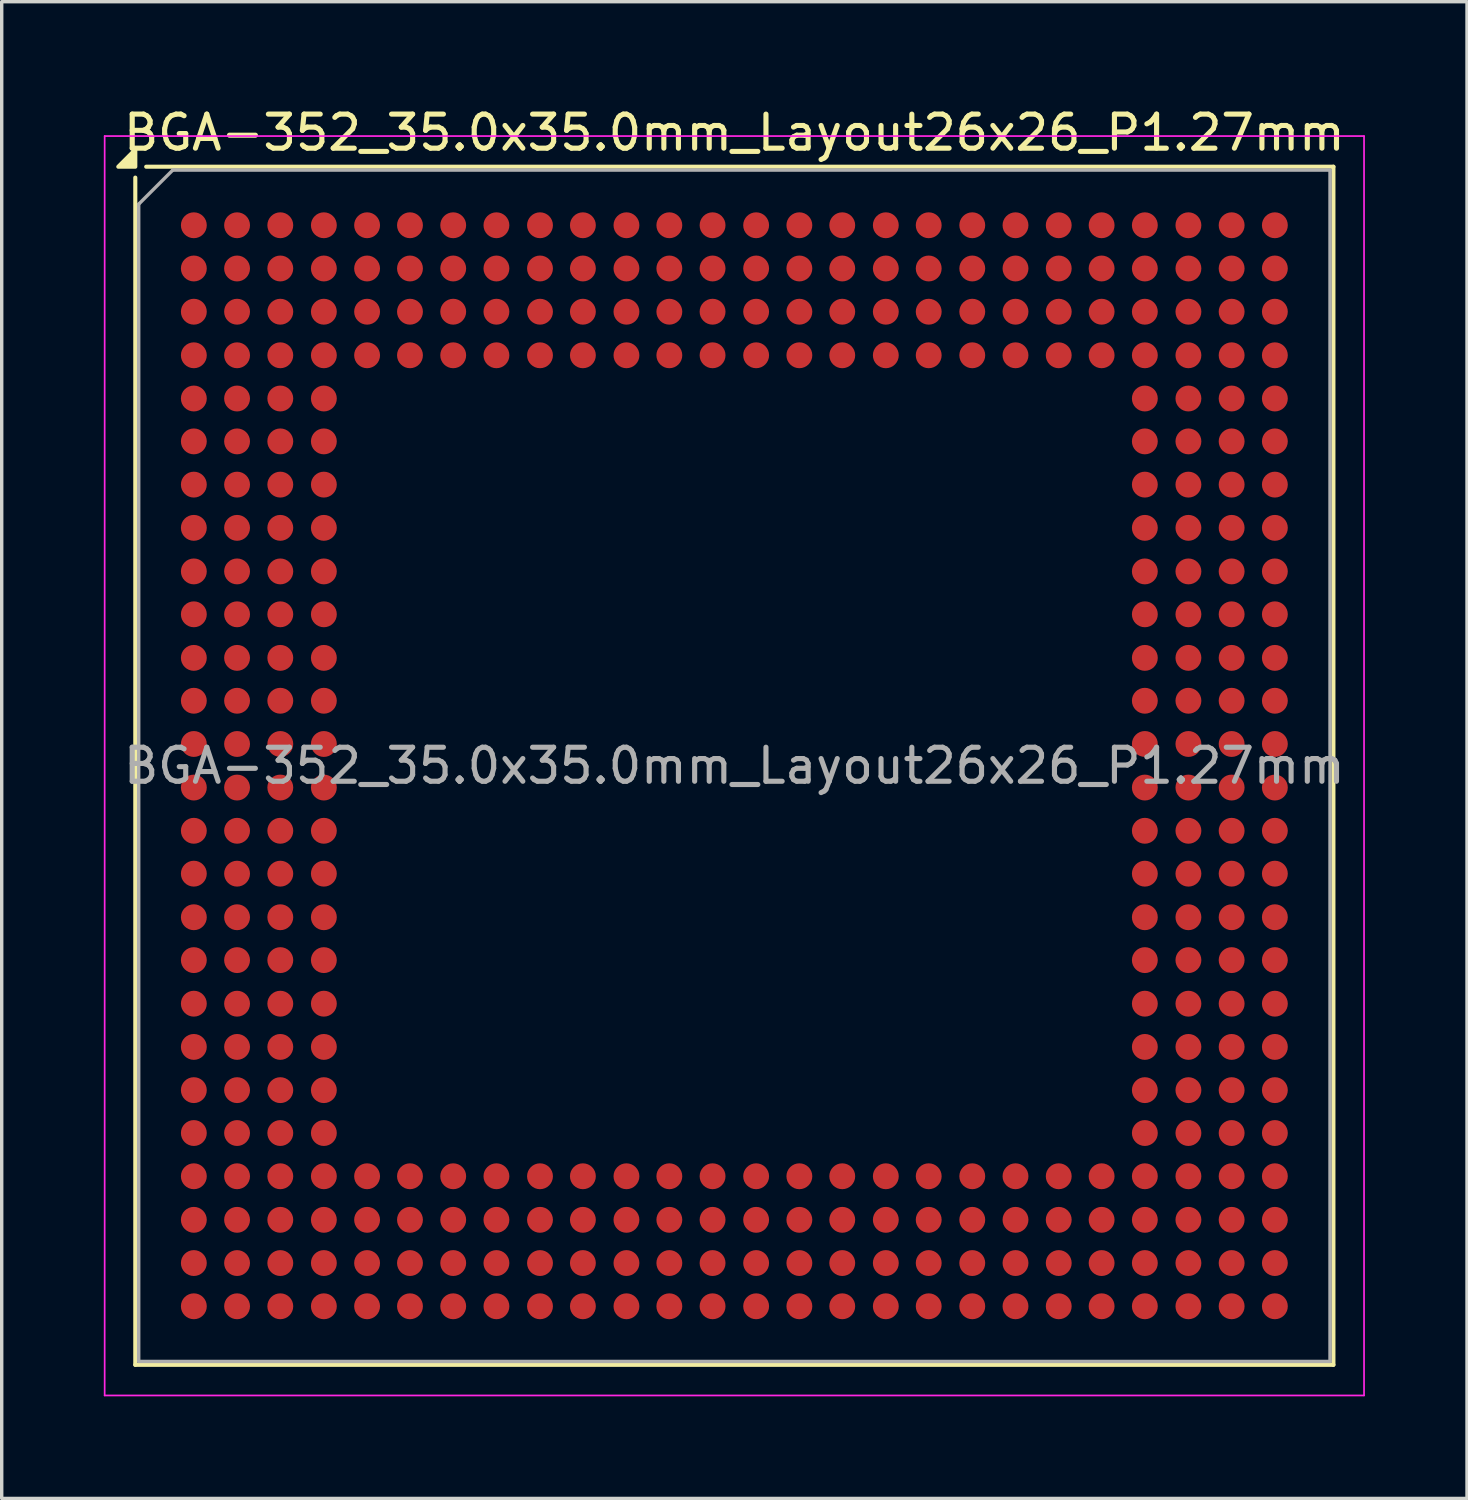
<source format=kicad_pcb>
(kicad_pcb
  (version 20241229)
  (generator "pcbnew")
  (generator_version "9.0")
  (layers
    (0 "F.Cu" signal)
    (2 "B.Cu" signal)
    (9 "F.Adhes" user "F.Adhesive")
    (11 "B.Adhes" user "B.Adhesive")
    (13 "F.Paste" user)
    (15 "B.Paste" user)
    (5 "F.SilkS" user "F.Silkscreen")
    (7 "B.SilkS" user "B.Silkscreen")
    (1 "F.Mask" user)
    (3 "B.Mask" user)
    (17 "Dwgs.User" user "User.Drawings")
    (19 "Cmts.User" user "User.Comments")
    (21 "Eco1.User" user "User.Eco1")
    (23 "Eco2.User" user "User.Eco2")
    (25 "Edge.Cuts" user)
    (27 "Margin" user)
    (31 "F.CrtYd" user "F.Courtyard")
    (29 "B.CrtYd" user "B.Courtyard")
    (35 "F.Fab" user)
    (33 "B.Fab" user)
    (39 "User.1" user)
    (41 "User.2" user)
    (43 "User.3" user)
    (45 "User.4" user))
  (footprint "BGA-352_35.0x35.0mm_Layout26x26_P1.27mm"
    (layer "F.Cu")
    (at 18.525 19.448)
    (property "Reference" "BGA-352_35.0x35.0mm_Layout26x26_P1.27mm" (at 0 -18.6 0) (layer "F.SilkS") (effects (font (size 1 1) (thickness 0.15))))
    (attr smd)
    (fp_line (start -17.6 17.6) (end -17.6 -17.28) (stroke (width 0.12) (type solid)) (layer "F.SilkS"))
    (fp_line (start -17.28 -17.6) (end 17.6 -17.6) (stroke (width 0.12) (type solid)) (layer "F.SilkS"))
    (fp_line (start 17.6 -17.6) (end 17.6 17.6) (stroke (width 0.12) (type solid)) (layer "F.SilkS"))
    (fp_line (start 17.6 17.6) (end -17.6 17.6) (stroke (width 0.12) (type solid)) (layer "F.SilkS"))
    (fp_poly (pts (xy -17.6 -17.6) (xy -18.1 -17.6) (xy -17.6 -18.1) (xy -17.6 -17.6)) (stroke (width 0.12) (type solid)) (fill yes) (layer "F.SilkS"))
    (fp_line (start -18.5 -18.5) (end -18.5 18.5) (stroke (width 0.05) (type solid)) (layer "F.CrtYd"))
    (fp_line (start -18.5 -18.5) (end 18.5 -18.5) (stroke (width 0.05) (type solid)) (layer "F.CrtYd"))
    (fp_line (start 18.5 18.5) (end -18.5 18.5) (stroke (width 0.05) (type solid)) (layer "F.CrtYd"))
    (fp_line (start 18.5 18.5) (end 18.5 -18.5) (stroke (width 0.05) (type solid)) (layer "F.CrtYd"))
    (fp_line (start -17.5 -16.5) (end -17.5 17.5) (stroke (width 0.1) (type solid)) (layer "F.Fab"))
    (fp_line (start -17.5 17.5) (end 17.5 17.5) (stroke (width 0.1) (type solid)) (layer "F.Fab"))
    (fp_line (start -16.5 -17.5) (end -17.5 -16.5) (stroke (width 0.1) (type solid)) (layer "F.Fab"))
    (fp_line (start 17.5 -17.5) (end -16.5 -17.5) (stroke (width 0.1) (type solid)) (layer "F.Fab"))
    (fp_line (start 17.5 17.5) (end 17.5 -17.5) (stroke (width 0.1) (type solid)) (layer "F.Fab"))
    (fp_text user "${REFERENCE}" (at 0 0 0) (layer "F.Fab") (effects (font (size 1 1) (thickness 0.15))))
    (pad "A1" smd circle (at -15.88 -15.88) (size 0.76 0.76) (property pad_prop_bga) (layers "F.Cu" "F.Mask" "F.Paste"))
    (pad "A2" smd circle (at -14.61 -15.88) (size 0.76 0.76) (property pad_prop_bga) (layers "F.Cu" "F.Mask" "F.Paste"))
    (pad "A3" smd circle (at -13.34 -15.88) (size 0.76 0.76) (property pad_prop_bga) (layers "F.Cu" "F.Mask" "F.Paste"))
    (pad "A4" smd circle (at -12.06 -15.88) (size 0.76 0.76) (property pad_prop_bga) (layers "F.Cu" "F.Mask" "F.Paste"))
    (pad "A5" smd circle (at -10.79 -15.88) (size 0.76 0.76) (property pad_prop_bga) (layers "F.Cu" "F.Mask" "F.Paste"))
    (pad "A6" smd circle (at -9.53 -15.88) (size 0.76 0.76) (property pad_prop_bga) (layers "F.Cu" "F.Mask" "F.Paste"))
    (pad "A7" smd circle (at -8.26 -15.88) (size 0.76 0.76) (property pad_prop_bga) (layers "F.Cu" "F.Mask" "F.Paste"))
    (pad "A8" smd circle (at -6.99 -15.88) (size 0.76 0.76) (property pad_prop_bga) (layers "F.Cu" "F.Mask" "F.Paste"))
    (pad "A9" smd circle (at -5.71 -15.88) (size 0.76 0.76) (property pad_prop_bga) (layers "F.Cu" "F.Mask" "F.Paste"))
    (pad "A10" smd circle (at -4.45 -15.88) (size 0.76 0.76) (property pad_prop_bga) (layers "F.Cu" "F.Mask" "F.Paste"))
    (pad "A11" smd circle (at -3.17 -15.88) (size 0.76 0.76) (property pad_prop_bga) (layers "F.Cu" "F.Mask" "F.Paste"))
    (pad "A12" smd circle (at -1.91 -15.88) (size 0.76 0.76) (property pad_prop_bga) (layers "F.Cu" "F.Mask" "F.Paste"))
    (pad "A13" smd circle (at -0.64 -15.88) (size 0.76 0.76) (property pad_prop_bga) (layers "F.Cu" "F.Mask" "F.Paste"))
    (pad "A14" smd circle (at 0.64 -15.88) (size 0.76 0.76) (property pad_prop_bga) (layers "F.Cu" "F.Mask" "F.Paste"))
    (pad "A15" smd circle (at 1.91 -15.88) (size 0.76 0.76) (property pad_prop_bga) (layers "F.Cu" "F.Mask" "F.Paste"))
    (pad "A16" smd circle (at 3.17 -15.88) (size 0.76 0.76) (property pad_prop_bga) (layers "F.Cu" "F.Mask" "F.Paste"))
    (pad "A17" smd circle (at 4.45 -15.88) (size 0.76 0.76) (property pad_prop_bga) (layers "F.Cu" "F.Mask" "F.Paste"))
    (pad "A18" smd circle (at 5.71 -15.88) (size 0.76 0.76) (property pad_prop_bga) (layers "F.Cu" "F.Mask" "F.Paste"))
    (pad "A19" smd circle (at 6.99 -15.88) (size 0.76 0.76) (property pad_prop_bga) (layers "F.Cu" "F.Mask" "F.Paste"))
    (pad "A20" smd circle (at 8.26 -15.88) (size 0.76 0.76) (property pad_prop_bga) (layers "F.Cu" "F.Mask" "F.Paste"))
    (pad "A21" smd circle (at 9.53 -15.88) (size 0.76 0.76) (property pad_prop_bga) (layers "F.Cu" "F.Mask" "F.Paste"))
    (pad "A22" smd circle (at 10.79 -15.88) (size 0.76 0.76) (property pad_prop_bga) (layers "F.Cu" "F.Mask" "F.Paste"))
    (pad "A23" smd circle (at 12.06 -15.88) (size 0.76 0.76) (property pad_prop_bga) (layers "F.Cu" "F.Mask" "F.Paste"))
    (pad "A24" smd circle (at 13.34 -15.88) (size 0.76 0.76) (property pad_prop_bga) (layers "F.Cu" "F.Mask" "F.Paste"))
    (pad "A25" smd circle (at 14.61 -15.88) (size 0.76 0.76) (property pad_prop_bga) (layers "F.Cu" "F.Mask" "F.Paste"))
    (pad "A26" smd circle (at 15.88 -15.88) (size 0.76 0.76) (property pad_prop_bga) (layers "F.Cu" "F.Mask" "F.Paste"))
    (pad "AA1" smd circle (at -15.88 9.53) (size 0.76 0.76) (property pad_prop_bga) (layers "F.Cu" "F.Mask" "F.Paste"))
    (pad "AA2" smd circle (at -14.61 9.53) (size 0.76 0.76) (property pad_prop_bga) (layers "F.Cu" "F.Mask" "F.Paste"))
    (pad "AA3" smd circle (at -13.34 9.53) (size 0.76 0.76) (property pad_prop_bga) (layers "F.Cu" "F.Mask" "F.Paste"))
    (pad "AA4" smd circle (at -12.06 9.53) (size 0.76 0.76) (property pad_prop_bga) (layers "F.Cu" "F.Mask" "F.Paste"))
    (pad "AA23" smd circle (at 12.06 9.53) (size 0.76 0.76) (property pad_prop_bga) (layers "F.Cu" "F.Mask" "F.Paste"))
    (pad "AA24" smd circle (at 13.34 9.53) (size 0.76 0.76) (property pad_prop_bga) (layers "F.Cu" "F.Mask" "F.Paste"))
    (pad "AA25" smd circle (at 14.61 9.53) (size 0.76 0.76) (property pad_prop_bga) (layers "F.Cu" "F.Mask" "F.Paste"))
    (pad "AA26" smd circle (at 15.88 9.53) (size 0.76 0.76) (property pad_prop_bga) (layers "F.Cu" "F.Mask" "F.Paste"))
    (pad "AB1" smd circle (at -15.88 10.79) (size 0.76 0.76) (property pad_prop_bga) (layers "F.Cu" "F.Mask" "F.Paste"))
    (pad "AB2" smd circle (at -14.61 10.79) (size 0.76 0.76) (property pad_prop_bga) (layers "F.Cu" "F.Mask" "F.Paste"))
    (pad "AB3" smd circle (at -13.34 10.79) (size 0.76 0.76) (property pad_prop_bga) (layers "F.Cu" "F.Mask" "F.Paste"))
    (pad "AB4" smd circle (at -12.06 10.79) (size 0.76 0.76) (property pad_prop_bga) (layers "F.Cu" "F.Mask" "F.Paste"))
    (pad "AB23" smd circle (at 12.06 10.79) (size 0.76 0.76) (property pad_prop_bga) (layers "F.Cu" "F.Mask" "F.Paste"))
    (pad "AB24" smd circle (at 13.34 10.79) (size 0.76 0.76) (property pad_prop_bga) (layers "F.Cu" "F.Mask" "F.Paste"))
    (pad "AB25" smd circle (at 14.61 10.79) (size 0.76 0.76) (property pad_prop_bga) (layers "F.Cu" "F.Mask" "F.Paste"))
    (pad "AB26" smd circle (at 15.88 10.79) (size 0.76 0.76) (property pad_prop_bga) (layers "F.Cu" "F.Mask" "F.Paste"))
    (pad "AC1" smd circle (at -15.88 12.06) (size 0.76 0.76) (property pad_prop_bga) (layers "F.Cu" "F.Mask" "F.Paste"))
    (pad "AC2" smd circle (at -14.61 12.06) (size 0.76 0.76) (property pad_prop_bga) (layers "F.Cu" "F.Mask" "F.Paste"))
    (pad "AC3" smd circle (at -13.34 12.06) (size 0.76 0.76) (property pad_prop_bga) (layers "F.Cu" "F.Mask" "F.Paste"))
    (pad "AC4" smd circle (at -12.06 12.06) (size 0.76 0.76) (property pad_prop_bga) (layers "F.Cu" "F.Mask" "F.Paste"))
    (pad "AC5" smd circle (at -10.79 12.06) (size 0.76 0.76) (property pad_prop_bga) (layers "F.Cu" "F.Mask" "F.Paste"))
    (pad "AC6" smd circle (at -9.53 12.06) (size 0.76 0.76) (property pad_prop_bga) (layers "F.Cu" "F.Mask" "F.Paste"))
    (pad "AC7" smd circle (at -8.26 12.06) (size 0.76 0.76) (property pad_prop_bga) (layers "F.Cu" "F.Mask" "F.Paste"))
    (pad "AC8" smd circle (at -6.99 12.06) (size 0.76 0.76) (property pad_prop_bga) (layers "F.Cu" "F.Mask" "F.Paste"))
    (pad "AC9" smd circle (at -5.71 12.06) (size 0.76 0.76) (property pad_prop_bga) (layers "F.Cu" "F.Mask" "F.Paste"))
    (pad "AC10" smd circle (at -4.45 12.06) (size 0.76 0.76) (property pad_prop_bga) (layers "F.Cu" "F.Mask" "F.Paste"))
    (pad "AC11" smd circle (at -3.17 12.06) (size 0.76 0.76) (property pad_prop_bga) (layers "F.Cu" "F.Mask" "F.Paste"))
    (pad "AC12" smd circle (at -1.91 12.06) (size 0.76 0.76) (property pad_prop_bga) (layers "F.Cu" "F.Mask" "F.Paste"))
    (pad "AC13" smd circle (at -0.64 12.06) (size 0.76 0.76) (property pad_prop_bga) (layers "F.Cu" "F.Mask" "F.Paste"))
    (pad "AC14" smd circle (at 0.64 12.06) (size 0.76 0.76) (property pad_prop_bga) (layers "F.Cu" "F.Mask" "F.Paste"))
    (pad "AC15" smd circle (at 1.91 12.06) (size 0.76 0.76) (property pad_prop_bga) (layers "F.Cu" "F.Mask" "F.Paste"))
    (pad "AC16" smd circle (at 3.17 12.06) (size 0.76 0.76) (property pad_prop_bga) (layers "F.Cu" "F.Mask" "F.Paste"))
    (pad "AC17" smd circle (at 4.45 12.06) (size 0.76 0.76) (property pad_prop_bga) (layers "F.Cu" "F.Mask" "F.Paste"))
    (pad "AC18" smd circle (at 5.71 12.06) (size 0.76 0.76) (property pad_prop_bga) (layers "F.Cu" "F.Mask" "F.Paste"))
    (pad "AC19" smd circle (at 6.99 12.06) (size 0.76 0.76) (property pad_prop_bga) (layers "F.Cu" "F.Mask" "F.Paste"))
    (pad "AC20" smd circle (at 8.26 12.06) (size 0.76 0.76) (property pad_prop_bga) (layers "F.Cu" "F.Mask" "F.Paste"))
    (pad "AC21" smd circle (at 9.53 12.06) (size 0.76 0.76) (property pad_prop_bga) (layers "F.Cu" "F.Mask" "F.Paste"))
    (pad "AC22" smd circle (at 10.79 12.06) (size 0.76 0.76) (property pad_prop_bga) (layers "F.Cu" "F.Mask" "F.Paste"))
    (pad "AC23" smd circle (at 12.06 12.06) (size 0.76 0.76) (property pad_prop_bga) (layers "F.Cu" "F.Mask" "F.Paste"))
    (pad "AC24" smd circle (at 13.34 12.06) (size 0.76 0.76) (property pad_prop_bga) (layers "F.Cu" "F.Mask" "F.Paste"))
    (pad "AC25" smd circle (at 14.61 12.06) (size 0.76 0.76) (property pad_prop_bga) (layers "F.Cu" "F.Mask" "F.Paste"))
    (pad "AC26" smd circle (at 15.88 12.06) (size 0.76 0.76) (property pad_prop_bga) (layers "F.Cu" "F.Mask" "F.Paste"))
    (pad "AD1" smd circle (at -15.88 13.34) (size 0.76 0.76) (property pad_prop_bga) (layers "F.Cu" "F.Mask" "F.Paste"))
    (pad "AD2" smd circle (at -14.61 13.34) (size 0.76 0.76) (property pad_prop_bga) (layers "F.Cu" "F.Mask" "F.Paste"))
    (pad "AD3" smd circle (at -13.34 13.34) (size 0.76 0.76) (property pad_prop_bga) (layers "F.Cu" "F.Mask" "F.Paste"))
    (pad "AD4" smd circle (at -12.06 13.34) (size 0.76 0.76) (property pad_prop_bga) (layers "F.Cu" "F.Mask" "F.Paste"))
    (pad "AD5" smd circle (at -10.79 13.34) (size 0.76 0.76) (property pad_prop_bga) (layers "F.Cu" "F.Mask" "F.Paste"))
    (pad "AD6" smd circle (at -9.53 13.34) (size 0.76 0.76) (property pad_prop_bga) (layers "F.Cu" "F.Mask" "F.Paste"))
    (pad "AD7" smd circle (at -8.26 13.34) (size 0.76 0.76) (property pad_prop_bga) (layers "F.Cu" "F.Mask" "F.Paste"))
    (pad "AD8" smd circle (at -6.99 13.34) (size 0.76 0.76) (property pad_prop_bga) (layers "F.Cu" "F.Mask" "F.Paste"))
    (pad "AD9" smd circle (at -5.71 13.34) (size 0.76 0.76) (property pad_prop_bga) (layers "F.Cu" "F.Mask" "F.Paste"))
    (pad "AD10" smd circle (at -4.45 13.34) (size 0.76 0.76) (property pad_prop_bga) (layers "F.Cu" "F.Mask" "F.Paste"))
    (pad "AD11" smd circle (at -3.17 13.34) (size 0.76 0.76) (property pad_prop_bga) (layers "F.Cu" "F.Mask" "F.Paste"))
    (pad "AD12" smd circle (at -1.91 13.34) (size 0.76 0.76) (property pad_prop_bga) (layers "F.Cu" "F.Mask" "F.Paste"))
    (pad "AD13" smd circle (at -0.64 13.34) (size 0.76 0.76) (property pad_prop_bga) (layers "F.Cu" "F.Mask" "F.Paste"))
    (pad "AD14" smd circle (at 0.64 13.34) (size 0.76 0.76) (property pad_prop_bga) (layers "F.Cu" "F.Mask" "F.Paste"))
    (pad "AD15" smd circle (at 1.91 13.34) (size 0.76 0.76) (property pad_prop_bga) (layers "F.Cu" "F.Mask" "F.Paste"))
    (pad "AD16" smd circle (at 3.17 13.34) (size 0.76 0.76) (property pad_prop_bga) (layers "F.Cu" "F.Mask" "F.Paste"))
    (pad "AD17" smd circle (at 4.45 13.34) (size 0.76 0.76) (property pad_prop_bga) (layers "F.Cu" "F.Mask" "F.Paste"))
    (pad "AD18" smd circle (at 5.71 13.34) (size 0.76 0.76) (property pad_prop_bga) (layers "F.Cu" "F.Mask" "F.Paste"))
    (pad "AD19" smd circle (at 6.99 13.34) (size 0.76 0.76) (property pad_prop_bga) (layers "F.Cu" "F.Mask" "F.Paste"))
    (pad "AD20" smd circle (at 8.26 13.34) (size 0.76 0.76) (property pad_prop_bga) (layers "F.Cu" "F.Mask" "F.Paste"))
    (pad "AD21" smd circle (at 9.53 13.34) (size 0.76 0.76) (property pad_prop_bga) (layers "F.Cu" "F.Mask" "F.Paste"))
    (pad "AD22" smd circle (at 10.79 13.34) (size 0.76 0.76) (property pad_prop_bga) (layers "F.Cu" "F.Mask" "F.Paste"))
    (pad "AD23" smd circle (at 12.06 13.34) (size 0.76 0.76) (property pad_prop_bga) (layers "F.Cu" "F.Mask" "F.Paste"))
    (pad "AD24" smd circle (at 13.34 13.34) (size 0.76 0.76) (property pad_prop_bga) (layers "F.Cu" "F.Mask" "F.Paste"))
    (pad "AD25" smd circle (at 14.61 13.34) (size 0.76 0.76) (property pad_prop_bga) (layers "F.Cu" "F.Mask" "F.Paste"))
    (pad "AD26" smd circle (at 15.88 13.34) (size 0.76 0.76) (property pad_prop_bga) (layers "F.Cu" "F.Mask" "F.Paste"))
    (pad "AE1" smd circle (at -15.88 14.61) (size 0.76 0.76) (property pad_prop_bga) (layers "F.Cu" "F.Mask" "F.Paste"))
    (pad "AE2" smd circle (at -14.61 14.61) (size 0.76 0.76) (property pad_prop_bga) (layers "F.Cu" "F.Mask" "F.Paste"))
    (pad "AE3" smd circle (at -13.34 14.61) (size 0.76 0.76) (property pad_prop_bga) (layers "F.Cu" "F.Mask" "F.Paste"))
    (pad "AE4" smd circle (at -12.06 14.61) (size 0.76 0.76) (property pad_prop_bga) (layers "F.Cu" "F.Mask" "F.Paste"))
    (pad "AE5" smd circle (at -10.79 14.61) (size 0.76 0.76) (property pad_prop_bga) (layers "F.Cu" "F.Mask" "F.Paste"))
    (pad "AE6" smd circle (at -9.53 14.61) (size 0.76 0.76) (property pad_prop_bga) (layers "F.Cu" "F.Mask" "F.Paste"))
    (pad "AE7" smd circle (at -8.26 14.61) (size 0.76 0.76) (property pad_prop_bga) (layers "F.Cu" "F.Mask" "F.Paste"))
    (pad "AE8" smd circle (at -6.99 14.61) (size 0.76 0.76) (property pad_prop_bga) (layers "F.Cu" "F.Mask" "F.Paste"))
    (pad "AE9" smd circle (at -5.71 14.61) (size 0.76 0.76) (property pad_prop_bga) (layers "F.Cu" "F.Mask" "F.Paste"))
    (pad "AE10" smd circle (at -4.45 14.61) (size 0.76 0.76) (property pad_prop_bga) (layers "F.Cu" "F.Mask" "F.Paste"))
    (pad "AE11" smd circle (at -3.17 14.61) (size 0.76 0.76) (property pad_prop_bga) (layers "F.Cu" "F.Mask" "F.Paste"))
    (pad "AE12" smd circle (at -1.91 14.61) (size 0.76 0.76) (property pad_prop_bga) (layers "F.Cu" "F.Mask" "F.Paste"))
    (pad "AE13" smd circle (at -0.64 14.61) (size 0.76 0.76) (property pad_prop_bga) (layers "F.Cu" "F.Mask" "F.Paste"))
    (pad "AE14" smd circle (at 0.64 14.61) (size 0.76 0.76) (property pad_prop_bga) (layers "F.Cu" "F.Mask" "F.Paste"))
    (pad "AE15" smd circle (at 1.91 14.61) (size 0.76 0.76) (property pad_prop_bga) (layers "F.Cu" "F.Mask" "F.Paste"))
    (pad "AE16" smd circle (at 3.17 14.61) (size 0.76 0.76) (property pad_prop_bga) (layers "F.Cu" "F.Mask" "F.Paste"))
    (pad "AE17" smd circle (at 4.45 14.61) (size 0.76 0.76) (property pad_prop_bga) (layers "F.Cu" "F.Mask" "F.Paste"))
    (pad "AE18" smd circle (at 5.71 14.61) (size 0.76 0.76) (property pad_prop_bga) (layers "F.Cu" "F.Mask" "F.Paste"))
    (pad "AE19" smd circle (at 6.99 14.61) (size 0.76 0.76) (property pad_prop_bga) (layers "F.Cu" "F.Mask" "F.Paste"))
    (pad "AE20" smd circle (at 8.26 14.61) (size 0.76 0.76) (property pad_prop_bga) (layers "F.Cu" "F.Mask" "F.Paste"))
    (pad "AE21" smd circle (at 9.53 14.61) (size 0.76 0.76) (property pad_prop_bga) (layers "F.Cu" "F.Mask" "F.Paste"))
    (pad "AE22" smd circle (at 10.79 14.61) (size 0.76 0.76) (property pad_prop_bga) (layers "F.Cu" "F.Mask" "F.Paste"))
    (pad "AE23" smd circle (at 12.06 14.61) (size 0.76 0.76) (property pad_prop_bga) (layers "F.Cu" "F.Mask" "F.Paste"))
    (pad "AE24" smd circle (at 13.34 14.61) (size 0.76 0.76) (property pad_prop_bga) (layers "F.Cu" "F.Mask" "F.Paste"))
    (pad "AE25" smd circle (at 14.61 14.61) (size 0.76 0.76) (property pad_prop_bga) (layers "F.Cu" "F.Mask" "F.Paste"))
    (pad "AE26" smd circle (at 15.88 14.61) (size 0.76 0.76) (property pad_prop_bga) (layers "F.Cu" "F.Mask" "F.Paste"))
    (pad "AF1" smd circle (at -15.88 15.88) (size 0.76 0.76) (property pad_prop_bga) (layers "F.Cu" "F.Mask" "F.Paste"))
    (pad "AF2" smd circle (at -14.61 15.88) (size 0.76 0.76) (property pad_prop_bga) (layers "F.Cu" "F.Mask" "F.Paste"))
    (pad "AF3" smd circle (at -13.34 15.88) (size 0.76 0.76) (property pad_prop_bga) (layers "F.Cu" "F.Mask" "F.Paste"))
    (pad "AF4" smd circle (at -12.06 15.88) (size 0.76 0.76) (property pad_prop_bga) (layers "F.Cu" "F.Mask" "F.Paste"))
    (pad "AF5" smd circle (at -10.79 15.88) (size 0.76 0.76) (property pad_prop_bga) (layers "F.Cu" "F.Mask" "F.Paste"))
    (pad "AF6" smd circle (at -9.53 15.88) (size 0.76 0.76) (property pad_prop_bga) (layers "F.Cu" "F.Mask" "F.Paste"))
    (pad "AF7" smd circle (at -8.26 15.88) (size 0.76 0.76) (property pad_prop_bga) (layers "F.Cu" "F.Mask" "F.Paste"))
    (pad "AF8" smd circle (at -6.99 15.88) (size 0.76 0.76) (property pad_prop_bga) (layers "F.Cu" "F.Mask" "F.Paste"))
    (pad "AF9" smd circle (at -5.71 15.88) (size 0.76 0.76) (property pad_prop_bga) (layers "F.Cu" "F.Mask" "F.Paste"))
    (pad "AF10" smd circle (at -4.45 15.88) (size 0.76 0.76) (property pad_prop_bga) (layers "F.Cu" "F.Mask" "F.Paste"))
    (pad "AF11" smd circle (at -3.17 15.88) (size 0.76 0.76) (property pad_prop_bga) (layers "F.Cu" "F.Mask" "F.Paste"))
    (pad "AF12" smd circle (at -1.91 15.88) (size 0.76 0.76) (property pad_prop_bga) (layers "F.Cu" "F.Mask" "F.Paste"))
    (pad "AF13" smd circle (at -0.64 15.88) (size 0.76 0.76) (property pad_prop_bga) (layers "F.Cu" "F.Mask" "F.Paste"))
    (pad "AF14" smd circle (at 0.64 15.88) (size 0.76 0.76) (property pad_prop_bga) (layers "F.Cu" "F.Mask" "F.Paste"))
    (pad "AF15" smd circle (at 1.91 15.88) (size 0.76 0.76) (property pad_prop_bga) (layers "F.Cu" "F.Mask" "F.Paste"))
    (pad "AF16" smd circle (at 3.17 15.88) (size 0.76 0.76) (property pad_prop_bga) (layers "F.Cu" "F.Mask" "F.Paste"))
    (pad "AF17" smd circle (at 4.45 15.88) (size 0.76 0.76) (property pad_prop_bga) (layers "F.Cu" "F.Mask" "F.Paste"))
    (pad "AF18" smd circle (at 5.71 15.88) (size 0.76 0.76) (property pad_prop_bga) (layers "F.Cu" "F.Mask" "F.Paste"))
    (pad "AF19" smd circle (at 6.99 15.88) (size 0.76 0.76) (property pad_prop_bga) (layers "F.Cu" "F.Mask" "F.Paste"))
    (pad "AF20" smd circle (at 8.26 15.88) (size 0.76 0.76) (property pad_prop_bga) (layers "F.Cu" "F.Mask" "F.Paste"))
    (pad "AF21" smd circle (at 9.53 15.88) (size 0.76 0.76) (property pad_prop_bga) (layers "F.Cu" "F.Mask" "F.Paste"))
    (pad "AF22" smd circle (at 10.79 15.88) (size 0.76 0.76) (property pad_prop_bga) (layers "F.Cu" "F.Mask" "F.Paste"))
    (pad "AF23" smd circle (at 12.06 15.88) (size 0.76 0.76) (property pad_prop_bga) (layers "F.Cu" "F.Mask" "F.Paste"))
    (pad "AF24" smd circle (at 13.34 15.88) (size 0.76 0.76) (property pad_prop_bga) (layers "F.Cu" "F.Mask" "F.Paste"))
    (pad "AF25" smd circle (at 14.61 15.88) (size 0.76 0.76) (property pad_prop_bga) (layers "F.Cu" "F.Mask" "F.Paste"))
    (pad "AF26" smd circle (at 15.88 15.88) (size 0.76 0.76) (property pad_prop_bga) (layers "F.Cu" "F.Mask" "F.Paste"))
    (pad "B1" smd circle (at -15.88 -14.61) (size 0.76 0.76) (property pad_prop_bga) (layers "F.Cu" "F.Mask" "F.Paste"))
    (pad "B2" smd circle (at -14.61 -14.61) (size 0.76 0.76) (property pad_prop_bga) (layers "F.Cu" "F.Mask" "F.Paste"))
    (pad "B3" smd circle (at -13.34 -14.61) (size 0.76 0.76) (property pad_prop_bga) (layers "F.Cu" "F.Mask" "F.Paste"))
    (pad "B4" smd circle (at -12.06 -14.61) (size 0.76 0.76) (property pad_prop_bga) (layers "F.Cu" "F.Mask" "F.Paste"))
    (pad "B5" smd circle (at -10.79 -14.61) (size 0.76 0.76) (property pad_prop_bga) (layers "F.Cu" "F.Mask" "F.Paste"))
    (pad "B6" smd circle (at -9.53 -14.61) (size 0.76 0.76) (property pad_prop_bga) (layers "F.Cu" "F.Mask" "F.Paste"))
    (pad "B7" smd circle (at -8.26 -14.61) (size 0.76 0.76) (property pad_prop_bga) (layers "F.Cu" "F.Mask" "F.Paste"))
    (pad "B8" smd circle (at -6.99 -14.61) (size 0.76 0.76) (property pad_prop_bga) (layers "F.Cu" "F.Mask" "F.Paste"))
    (pad "B9" smd circle (at -5.71 -14.61) (size 0.76 0.76) (property pad_prop_bga) (layers "F.Cu" "F.Mask" "F.Paste"))
    (pad "B10" smd circle (at -4.45 -14.61) (size 0.76 0.76) (property pad_prop_bga) (layers "F.Cu" "F.Mask" "F.Paste"))
    (pad "B11" smd circle (at -3.17 -14.61) (size 0.76 0.76) (property pad_prop_bga) (layers "F.Cu" "F.Mask" "F.Paste"))
    (pad "B12" smd circle (at -1.91 -14.61) (size 0.76 0.76) (property pad_prop_bga) (layers "F.Cu" "F.Mask" "F.Paste"))
    (pad "B13" smd circle (at -0.64 -14.61) (size 0.76 0.76) (property pad_prop_bga) (layers "F.Cu" "F.Mask" "F.Paste"))
    (pad "B14" smd circle (at 0.64 -14.61) (size 0.76 0.76) (property pad_prop_bga) (layers "F.Cu" "F.Mask" "F.Paste"))
    (pad "B15" smd circle (at 1.91 -14.61) (size 0.76 0.76) (property pad_prop_bga) (layers "F.Cu" "F.Mask" "F.Paste"))
    (pad "B16" smd circle (at 3.17 -14.61) (size 0.76 0.76) (property pad_prop_bga) (layers "F.Cu" "F.Mask" "F.Paste"))
    (pad "B17" smd circle (at 4.45 -14.61) (size 0.76 0.76) (property pad_prop_bga) (layers "F.Cu" "F.Mask" "F.Paste"))
    (pad "B18" smd circle (at 5.71 -14.61) (size 0.76 0.76) (property pad_prop_bga) (layers "F.Cu" "F.Mask" "F.Paste"))
    (pad "B19" smd circle (at 6.99 -14.61) (size 0.76 0.76) (property pad_prop_bga) (layers "F.Cu" "F.Mask" "F.Paste"))
    (pad "B20" smd circle (at 8.26 -14.61) (size 0.76 0.76) (property pad_prop_bga) (layers "F.Cu" "F.Mask" "F.Paste"))
    (pad "B21" smd circle (at 9.53 -14.61) (size 0.76 0.76) (property pad_prop_bga) (layers "F.Cu" "F.Mask" "F.Paste"))
    (pad "B22" smd circle (at 10.79 -14.61) (size 0.76 0.76) (property pad_prop_bga) (layers "F.Cu" "F.Mask" "F.Paste"))
    (pad "B23" smd circle (at 12.06 -14.61) (size 0.76 0.76) (property pad_prop_bga) (layers "F.Cu" "F.Mask" "F.Paste"))
    (pad "B24" smd circle (at 13.34 -14.61) (size 0.76 0.76) (property pad_prop_bga) (layers "F.Cu" "F.Mask" "F.Paste"))
    (pad "B25" smd circle (at 14.61 -14.61) (size 0.76 0.76) (property pad_prop_bga) (layers "F.Cu" "F.Mask" "F.Paste"))
    (pad "B26" smd circle (at 15.88 -14.61) (size 0.76 0.76) (property pad_prop_bga) (layers "F.Cu" "F.Mask" "F.Paste"))
    (pad "C1" smd circle (at -15.88 -13.34) (size 0.76 0.76) (property pad_prop_bga) (layers "F.Cu" "F.Mask" "F.Paste"))
    (pad "C2" smd circle (at -14.61 -13.34) (size 0.76 0.76) (property pad_prop_bga) (layers "F.Cu" "F.Mask" "F.Paste"))
    (pad "C3" smd circle (at -13.34 -13.34) (size 0.76 0.76) (property pad_prop_bga) (layers "F.Cu" "F.Mask" "F.Paste"))
    (pad "C4" smd circle (at -12.06 -13.34) (size 0.76 0.76) (property pad_prop_bga) (layers "F.Cu" "F.Mask" "F.Paste"))
    (pad "C5" smd circle (at -10.79 -13.34) (size 0.76 0.76) (property pad_prop_bga) (layers "F.Cu" "F.Mask" "F.Paste"))
    (pad "C6" smd circle (at -9.53 -13.34) (size 0.76 0.76) (property pad_prop_bga) (layers "F.Cu" "F.Mask" "F.Paste"))
    (pad "C7" smd circle (at -8.26 -13.34) (size 0.76 0.76) (property pad_prop_bga) (layers "F.Cu" "F.Mask" "F.Paste"))
    (pad "C8" smd circle (at -6.99 -13.34) (size 0.76 0.76) (property pad_prop_bga) (layers "F.Cu" "F.Mask" "F.Paste"))
    (pad "C9" smd circle (at -5.71 -13.34) (size 0.76 0.76) (property pad_prop_bga) (layers "F.Cu" "F.Mask" "F.Paste"))
    (pad "C10" smd circle (at -4.45 -13.34) (size 0.76 0.76) (property pad_prop_bga) (layers "F.Cu" "F.Mask" "F.Paste"))
    (pad "C11" smd circle (at -3.17 -13.34) (size 0.76 0.76) (property pad_prop_bga) (layers "F.Cu" "F.Mask" "F.Paste"))
    (pad "C12" smd circle (at -1.91 -13.34) (size 0.76 0.76) (property pad_prop_bga) (layers "F.Cu" "F.Mask" "F.Paste"))
    (pad "C13" smd circle (at -0.64 -13.34) (size 0.76 0.76) (property pad_prop_bga) (layers "F.Cu" "F.Mask" "F.Paste"))
    (pad "C14" smd circle (at 0.64 -13.34) (size 0.76 0.76) (property pad_prop_bga) (layers "F.Cu" "F.Mask" "F.Paste"))
    (pad "C15" smd circle (at 1.91 -13.34) (size 0.76 0.76) (property pad_prop_bga) (layers "F.Cu" "F.Mask" "F.Paste"))
    (pad "C16" smd circle (at 3.17 -13.34) (size 0.76 0.76) (property pad_prop_bga) (layers "F.Cu" "F.Mask" "F.Paste"))
    (pad "C17" smd circle (at 4.45 -13.34) (size 0.76 0.76) (property pad_prop_bga) (layers "F.Cu" "F.Mask" "F.Paste"))
    (pad "C18" smd circle (at 5.71 -13.34) (size 0.76 0.76) (property pad_prop_bga) (layers "F.Cu" "F.Mask" "F.Paste"))
    (pad "C19" smd circle (at 6.99 -13.34) (size 0.76 0.76) (property pad_prop_bga) (layers "F.Cu" "F.Mask" "F.Paste"))
    (pad "C20" smd circle (at 8.26 -13.34) (size 0.76 0.76) (property pad_prop_bga) (layers "F.Cu" "F.Mask" "F.Paste"))
    (pad "C21" smd circle (at 9.53 -13.34) (size 0.76 0.76) (property pad_prop_bga) (layers "F.Cu" "F.Mask" "F.Paste"))
    (pad "C22" smd circle (at 10.79 -13.34) (size 0.76 0.76) (property pad_prop_bga) (layers "F.Cu" "F.Mask" "F.Paste"))
    (pad "C23" smd circle (at 12.06 -13.34) (size 0.76 0.76) (property pad_prop_bga) (layers "F.Cu" "F.Mask" "F.Paste"))
    (pad "C24" smd circle (at 13.34 -13.34) (size 0.76 0.76) (property pad_prop_bga) (layers "F.Cu" "F.Mask" "F.Paste"))
    (pad "C25" smd circle (at 14.61 -13.34) (size 0.76 0.76) (property pad_prop_bga) (layers "F.Cu" "F.Mask" "F.Paste"))
    (pad "C26" smd circle (at 15.88 -13.34) (size 0.76 0.76) (property pad_prop_bga) (layers "F.Cu" "F.Mask" "F.Paste"))
    (pad "D1" smd circle (at -15.88 -12.06) (size 0.76 0.76) (property pad_prop_bga) (layers "F.Cu" "F.Mask" "F.Paste"))
    (pad "D2" smd circle (at -14.61 -12.06) (size 0.76 0.76) (property pad_prop_bga) (layers "F.Cu" "F.Mask" "F.Paste"))
    (pad "D3" smd circle (at -13.34 -12.06) (size 0.76 0.76) (property pad_prop_bga) (layers "F.Cu" "F.Mask" "F.Paste"))
    (pad "D4" smd circle (at -12.06 -12.06) (size 0.76 0.76) (property pad_prop_bga) (layers "F.Cu" "F.Mask" "F.Paste"))
    (pad "D5" smd circle (at -10.79 -12.06) (size 0.76 0.76) (property pad_prop_bga) (layers "F.Cu" "F.Mask" "F.Paste"))
    (pad "D6" smd circle (at -9.53 -12.06) (size 0.76 0.76) (property pad_prop_bga) (layers "F.Cu" "F.Mask" "F.Paste"))
    (pad "D7" smd circle (at -8.26 -12.06) (size 0.76 0.76) (property pad_prop_bga) (layers "F.Cu" "F.Mask" "F.Paste"))
    (pad "D8" smd circle (at -6.99 -12.06) (size 0.76 0.76) (property pad_prop_bga) (layers "F.Cu" "F.Mask" "F.Paste"))
    (pad "D9" smd circle (at -5.71 -12.06) (size 0.76 0.76) (property pad_prop_bga) (layers "F.Cu" "F.Mask" "F.Paste"))
    (pad "D10" smd circle (at -4.45 -12.06) (size 0.76 0.76) (property pad_prop_bga) (layers "F.Cu" "F.Mask" "F.Paste"))
    (pad "D11" smd circle (at -3.17 -12.06) (size 0.76 0.76) (property pad_prop_bga) (layers "F.Cu" "F.Mask" "F.Paste"))
    (pad "D12" smd circle (at -1.91 -12.06) (size 0.76 0.76) (property pad_prop_bga) (layers "F.Cu" "F.Mask" "F.Paste"))
    (pad "D13" smd circle (at -0.64 -12.06) (size 0.76 0.76) (property pad_prop_bga) (layers "F.Cu" "F.Mask" "F.Paste"))
    (pad "D14" smd circle (at 0.64 -12.06) (size 0.76 0.76) (property pad_prop_bga) (layers "F.Cu" "F.Mask" "F.Paste"))
    (pad "D15" smd circle (at 1.91 -12.06) (size 0.76 0.76) (property pad_prop_bga) (layers "F.Cu" "F.Mask" "F.Paste"))
    (pad "D16" smd circle (at 3.17 -12.06) (size 0.76 0.76) (property pad_prop_bga) (layers "F.Cu" "F.Mask" "F.Paste"))
    (pad "D17" smd circle (at 4.45 -12.06) (size 0.76 0.76) (property pad_prop_bga) (layers "F.Cu" "F.Mask" "F.Paste"))
    (pad "D18" smd circle (at 5.71 -12.06) (size 0.76 0.76) (property pad_prop_bga) (layers "F.Cu" "F.Mask" "F.Paste"))
    (pad "D19" smd circle (at 6.99 -12.06) (size 0.76 0.76) (property pad_prop_bga) (layers "F.Cu" "F.Mask" "F.Paste"))
    (pad "D20" smd circle (at 8.26 -12.06) (size 0.76 0.76) (property pad_prop_bga) (layers "F.Cu" "F.Mask" "F.Paste"))
    (pad "D21" smd circle (at 9.53 -12.06) (size 0.76 0.76) (property pad_prop_bga) (layers "F.Cu" "F.Mask" "F.Paste"))
    (pad "D22" smd circle (at 10.79 -12.06) (size 0.76 0.76) (property pad_prop_bga) (layers "F.Cu" "F.Mask" "F.Paste"))
    (pad "D23" smd circle (at 12.06 -12.06) (size 0.76 0.76) (property pad_prop_bga) (layers "F.Cu" "F.Mask" "F.Paste"))
    (pad "D24" smd circle (at 13.34 -12.06) (size 0.76 0.76) (property pad_prop_bga) (layers "F.Cu" "F.Mask" "F.Paste"))
    (pad "D25" smd circle (at 14.61 -12.06) (size 0.76 0.76) (property pad_prop_bga) (layers "F.Cu" "F.Mask" "F.Paste"))
    (pad "D26" smd circle (at 15.88 -12.06) (size 0.76 0.76) (property pad_prop_bga) (layers "F.Cu" "F.Mask" "F.Paste"))
    (pad "E1" smd circle (at -15.88 -10.79) (size 0.76 0.76) (property pad_prop_bga) (layers "F.Cu" "F.Mask" "F.Paste"))
    (pad "E2" smd circle (at -14.61 -10.79) (size 0.76 0.76) (property pad_prop_bga) (layers "F.Cu" "F.Mask" "F.Paste"))
    (pad "E3" smd circle (at -13.34 -10.79) (size 0.76 0.76) (property pad_prop_bga) (layers "F.Cu" "F.Mask" "F.Paste"))
    (pad "E4" smd circle (at -12.06 -10.79) (size 0.76 0.76) (property pad_prop_bga) (layers "F.Cu" "F.Mask" "F.Paste"))
    (pad "E23" smd circle (at 12.06 -10.79) (size 0.76 0.76) (property pad_prop_bga) (layers "F.Cu" "F.Mask" "F.Paste"))
    (pad "E24" smd circle (at 13.34 -10.79) (size 0.76 0.76) (property pad_prop_bga) (layers "F.Cu" "F.Mask" "F.Paste"))
    (pad "E25" smd circle (at 14.61 -10.79) (size 0.76 0.76) (property pad_prop_bga) (layers "F.Cu" "F.Mask" "F.Paste"))
    (pad "E26" smd circle (at 15.88 -10.79) (size 0.76 0.76) (property pad_prop_bga) (layers "F.Cu" "F.Mask" "F.Paste"))
    (pad "F1" smd circle (at -15.88 -9.53) (size 0.76 0.76) (property pad_prop_bga) (layers "F.Cu" "F.Mask" "F.Paste"))
    (pad "F2" smd circle (at -14.61 -9.53) (size 0.76 0.76) (property pad_prop_bga) (layers "F.Cu" "F.Mask" "F.Paste"))
    (pad "F3" smd circle (at -13.34 -9.53) (size 0.76 0.76) (property pad_prop_bga) (layers "F.Cu" "F.Mask" "F.Paste"))
    (pad "F4" smd circle (at -12.06 -9.53) (size 0.76 0.76) (property pad_prop_bga) (layers "F.Cu" "F.Mask" "F.Paste"))
    (pad "F23" smd circle (at 12.06 -9.53) (size 0.76 0.76) (property pad_prop_bga) (layers "F.Cu" "F.Mask" "F.Paste"))
    (pad "F24" smd circle (at 13.34 -9.53) (size 0.76 0.76) (property pad_prop_bga) (layers "F.Cu" "F.Mask" "F.Paste"))
    (pad "F25" smd circle (at 14.61 -9.53) (size 0.76 0.76) (property pad_prop_bga) (layers "F.Cu" "F.Mask" "F.Paste"))
    (pad "F26" smd circle (at 15.88 -9.53) (size 0.76 0.76) (property pad_prop_bga) (layers "F.Cu" "F.Mask" "F.Paste"))
    (pad "G1" smd circle (at -15.88 -8.26) (size 0.76 0.76) (property pad_prop_bga) (layers "F.Cu" "F.Mask" "F.Paste"))
    (pad "G2" smd circle (at -14.61 -8.26) (size 0.76 0.76) (property pad_prop_bga) (layers "F.Cu" "F.Mask" "F.Paste"))
    (pad "G3" smd circle (at -13.34 -8.26) (size 0.76 0.76) (property pad_prop_bga) (layers "F.Cu" "F.Mask" "F.Paste"))
    (pad "G4" smd circle (at -12.06 -8.26) (size 0.76 0.76) (property pad_prop_bga) (layers "F.Cu" "F.Mask" "F.Paste"))
    (pad "G23" smd circle (at 12.06 -8.26) (size 0.76 0.76) (property pad_prop_bga) (layers "F.Cu" "F.Mask" "F.Paste"))
    (pad "G24" smd circle (at 13.34 -8.26) (size 0.76 0.76) (property pad_prop_bga) (layers "F.Cu" "F.Mask" "F.Paste"))
    (pad "G25" smd circle (at 14.61 -8.26) (size 0.76 0.76) (property pad_prop_bga) (layers "F.Cu" "F.Mask" "F.Paste"))
    (pad "G26" smd circle (at 15.88 -8.26) (size 0.76 0.76) (property pad_prop_bga) (layers "F.Cu" "F.Mask" "F.Paste"))
    (pad "H1" smd circle (at -15.88 -6.99) (size 0.76 0.76) (property pad_prop_bga) (layers "F.Cu" "F.Mask" "F.Paste"))
    (pad "H2" smd circle (at -14.61 -6.99) (size 0.76 0.76) (property pad_prop_bga) (layers "F.Cu" "F.Mask" "F.Paste"))
    (pad "H3" smd circle (at -13.34 -6.99) (size 0.76 0.76) (property pad_prop_bga) (layers "F.Cu" "F.Mask" "F.Paste"))
    (pad "H4" smd circle (at -12.06 -6.99) (size 0.76 0.76) (property pad_prop_bga) (layers "F.Cu" "F.Mask" "F.Paste"))
    (pad "H23" smd circle (at 12.06 -6.99) (size 0.76 0.76) (property pad_prop_bga) (layers "F.Cu" "F.Mask" "F.Paste"))
    (pad "H24" smd circle (at 13.34 -6.99) (size 0.76 0.76) (property pad_prop_bga) (layers "F.Cu" "F.Mask" "F.Paste"))
    (pad "H25" smd circle (at 14.61 -6.99) (size 0.76 0.76) (property pad_prop_bga) (layers "F.Cu" "F.Mask" "F.Paste"))
    (pad "H26" smd circle (at 15.88 -6.99) (size 0.76 0.76) (property pad_prop_bga) (layers "F.Cu" "F.Mask" "F.Paste"))
    (pad "J1" smd circle (at -15.88 -5.71) (size 0.76 0.76) (property pad_prop_bga) (layers "F.Cu" "F.Mask" "F.Paste"))
    (pad "J2" smd circle (at -14.61 -5.71) (size 0.76 0.76) (property pad_prop_bga) (layers "F.Cu" "F.Mask" "F.Paste"))
    (pad "J3" smd circle (at -13.34 -5.71) (size 0.76 0.76) (property pad_prop_bga) (layers "F.Cu" "F.Mask" "F.Paste"))
    (pad "J4" smd circle (at -12.06 -5.71) (size 0.76 0.76) (property pad_prop_bga) (layers "F.Cu" "F.Mask" "F.Paste"))
    (pad "J23" smd circle (at 12.06 -5.71) (size 0.76 0.76) (property pad_prop_bga) (layers "F.Cu" "F.Mask" "F.Paste"))
    (pad "J24" smd circle (at 13.34 -5.71) (size 0.76 0.76) (property pad_prop_bga) (layers "F.Cu" "F.Mask" "F.Paste"))
    (pad "J25" smd circle (at 14.61 -5.71) (size 0.76 0.76) (property pad_prop_bga) (layers "F.Cu" "F.Mask" "F.Paste"))
    (pad "J26" smd circle (at 15.88 -5.71) (size 0.76 0.76) (property pad_prop_bga) (layers "F.Cu" "F.Mask" "F.Paste"))
    (pad "K1" smd circle (at -15.88 -4.45) (size 0.76 0.76) (property pad_prop_bga) (layers "F.Cu" "F.Mask" "F.Paste"))
    (pad "K2" smd circle (at -14.61 -4.45) (size 0.76 0.76) (property pad_prop_bga) (layers "F.Cu" "F.Mask" "F.Paste"))
    (pad "K3" smd circle (at -13.34 -4.45) (size 0.76 0.76) (property pad_prop_bga) (layers "F.Cu" "F.Mask" "F.Paste"))
    (pad "K4" smd circle (at -12.06 -4.45) (size 0.76 0.76) (property pad_prop_bga) (layers "F.Cu" "F.Mask" "F.Paste"))
    (pad "K23" smd circle (at 12.06 -4.45) (size 0.76 0.76) (property pad_prop_bga) (layers "F.Cu" "F.Mask" "F.Paste"))
    (pad "K24" smd circle (at 13.34 -4.45) (size 0.76 0.76) (property pad_prop_bga) (layers "F.Cu" "F.Mask" "F.Paste"))
    (pad "K25" smd circle (at 14.61 -4.45) (size 0.76 0.76) (property pad_prop_bga) (layers "F.Cu" "F.Mask" "F.Paste"))
    (pad "K26" smd circle (at 15.88 -4.45) (size 0.76 0.76) (property pad_prop_bga) (layers "F.Cu" "F.Mask" "F.Paste"))
    (pad "L1" smd circle (at -15.88 -3.17) (size 0.76 0.76) (property pad_prop_bga) (layers "F.Cu" "F.Mask" "F.Paste"))
    (pad "L2" smd circle (at -14.61 -3.17) (size 0.76 0.76) (property pad_prop_bga) (layers "F.Cu" "F.Mask" "F.Paste"))
    (pad "L3" smd circle (at -13.34 -3.17) (size 0.76 0.76) (property pad_prop_bga) (layers "F.Cu" "F.Mask" "F.Paste"))
    (pad "L4" smd circle (at -12.06 -3.17) (size 0.76 0.76) (property pad_prop_bga) (layers "F.Cu" "F.Mask" "F.Paste"))
    (pad "L23" smd circle (at 12.06 -3.17) (size 0.76 0.76) (property pad_prop_bga) (layers "F.Cu" "F.Mask" "F.Paste"))
    (pad "L24" smd circle (at 13.34 -3.17) (size 0.76 0.76) (property pad_prop_bga) (layers "F.Cu" "F.Mask" "F.Paste"))
    (pad "L25" smd circle (at 14.61 -3.17) (size 0.76 0.76) (property pad_prop_bga) (layers "F.Cu" "F.Mask" "F.Paste"))
    (pad "L26" smd circle (at 15.88 -3.17) (size 0.76 0.76) (property pad_prop_bga) (layers "F.Cu" "F.Mask" "F.Paste"))
    (pad "M1" smd circle (at -15.88 -1.91) (size 0.76 0.76) (property pad_prop_bga) (layers "F.Cu" "F.Mask" "F.Paste"))
    (pad "M2" smd circle (at -14.61 -1.91) (size 0.76 0.76) (property pad_prop_bga) (layers "F.Cu" "F.Mask" "F.Paste"))
    (pad "M3" smd circle (at -13.34 -1.91) (size 0.76 0.76) (property pad_prop_bga) (layers "F.Cu" "F.Mask" "F.Paste"))
    (pad "M4" smd circle (at -12.06 -1.91) (size 0.76 0.76) (property pad_prop_bga) (layers "F.Cu" "F.Mask" "F.Paste"))
    (pad "M23" smd circle (at 12.06 -1.91) (size 0.76 0.76) (property pad_prop_bga) (layers "F.Cu" "F.Mask" "F.Paste"))
    (pad "M24" smd circle (at 13.34 -1.91) (size 0.76 0.76) (property pad_prop_bga) (layers "F.Cu" "F.Mask" "F.Paste"))
    (pad "M25" smd circle (at 14.61 -1.91) (size 0.76 0.76) (property pad_prop_bga) (layers "F.Cu" "F.Mask" "F.Paste"))
    (pad "M26" smd circle (at 15.88 -1.91) (size 0.76 0.76) (property pad_prop_bga) (layers "F.Cu" "F.Mask" "F.Paste"))
    (pad "N1" smd circle (at -15.88 -0.64) (size 0.76 0.76) (property pad_prop_bga) (layers "F.Cu" "F.Mask" "F.Paste"))
    (pad "N2" smd circle (at -14.61 -0.64) (size 0.76 0.76) (property pad_prop_bga) (layers "F.Cu" "F.Mask" "F.Paste"))
    (pad "N3" smd circle (at -13.34 -0.64) (size 0.76 0.76) (property pad_prop_bga) (layers "F.Cu" "F.Mask" "F.Paste"))
    (pad "N4" smd circle (at -12.06 -0.64) (size 0.76 0.76) (property pad_prop_bga) (layers "F.Cu" "F.Mask" "F.Paste"))
    (pad "N23" smd circle (at 12.06 -0.64) (size 0.76 0.76) (property pad_prop_bga) (layers "F.Cu" "F.Mask" "F.Paste"))
    (pad "N24" smd circle (at 13.34 -0.64) (size 0.76 0.76) (property pad_prop_bga) (layers "F.Cu" "F.Mask" "F.Paste"))
    (pad "N25" smd circle (at 14.61 -0.64) (size 0.76 0.76) (property pad_prop_bga) (layers "F.Cu" "F.Mask" "F.Paste"))
    (pad "N26" smd circle (at 15.88 -0.64) (size 0.76 0.76) (property pad_prop_bga) (layers "F.Cu" "F.Mask" "F.Paste"))
    (pad "P1" smd circle (at -15.88 0.64) (size 0.76 0.76) (property pad_prop_bga) (layers "F.Cu" "F.Mask" "F.Paste"))
    (pad "P2" smd circle (at -14.61 0.64) (size 0.76 0.76) (property pad_prop_bga) (layers "F.Cu" "F.Mask" "F.Paste"))
    (pad "P3" smd circle (at -13.34 0.64) (size 0.76 0.76) (property pad_prop_bga) (layers "F.Cu" "F.Mask" "F.Paste"))
    (pad "P4" smd circle (at -12.06 0.64) (size 0.76 0.76) (property pad_prop_bga) (layers "F.Cu" "F.Mask" "F.Paste"))
    (pad "P23" smd circle (at 12.06 0.64) (size 0.76 0.76) (property pad_prop_bga) (layers "F.Cu" "F.Mask" "F.Paste"))
    (pad "P24" smd circle (at 13.34 0.64) (size 0.76 0.76) (property pad_prop_bga) (layers "F.Cu" "F.Mask" "F.Paste"))
    (pad "P25" smd circle (at 14.61 0.64) (size 0.76 0.76) (property pad_prop_bga) (layers "F.Cu" "F.Mask" "F.Paste"))
    (pad "P26" smd circle (at 15.88 0.64) (size 0.76 0.76) (property pad_prop_bga) (layers "F.Cu" "F.Mask" "F.Paste"))
    (pad "R1" smd circle (at -15.88 1.91) (size 0.76 0.76) (property pad_prop_bga) (layers "F.Cu" "F.Mask" "F.Paste"))
    (pad "R2" smd circle (at -14.61 1.91) (size 0.76 0.76) (property pad_prop_bga) (layers "F.Cu" "F.Mask" "F.Paste"))
    (pad "R3" smd circle (at -13.34 1.91) (size 0.76 0.76) (property pad_prop_bga) (layers "F.Cu" "F.Mask" "F.Paste"))
    (pad "R4" smd circle (at -12.06 1.91) (size 0.76 0.76) (property pad_prop_bga) (layers "F.Cu" "F.Mask" "F.Paste"))
    (pad "R23" smd circle (at 12.06 1.91) (size 0.76 0.76) (property pad_prop_bga) (layers "F.Cu" "F.Mask" "F.Paste"))
    (pad "R24" smd circle (at 13.34 1.91) (size 0.76 0.76) (property pad_prop_bga) (layers "F.Cu" "F.Mask" "F.Paste"))
    (pad "R25" smd circle (at 14.61 1.91) (size 0.76 0.76) (property pad_prop_bga) (layers "F.Cu" "F.Mask" "F.Paste"))
    (pad "R26" smd circle (at 15.88 1.91) (size 0.76 0.76) (property pad_prop_bga) (layers "F.Cu" "F.Mask" "F.Paste"))
    (pad "T1" smd circle (at -15.88 3.17) (size 0.76 0.76) (property pad_prop_bga) (layers "F.Cu" "F.Mask" "F.Paste"))
    (pad "T2" smd circle (at -14.61 3.17) (size 0.76 0.76) (property pad_prop_bga) (layers "F.Cu" "F.Mask" "F.Paste"))
    (pad "T3" smd circle (at -13.34 3.17) (size 0.76 0.76) (property pad_prop_bga) (layers "F.Cu" "F.Mask" "F.Paste"))
    (pad "T4" smd circle (at -12.06 3.17) (size 0.76 0.76) (property pad_prop_bga) (layers "F.Cu" "F.Mask" "F.Paste"))
    (pad "T23" smd circle (at 12.06 3.17) (size 0.76 0.76) (property pad_prop_bga) (layers "F.Cu" "F.Mask" "F.Paste"))
    (pad "T24" smd circle (at 13.34 3.17) (size 0.76 0.76) (property pad_prop_bga) (layers "F.Cu" "F.Mask" "F.Paste"))
    (pad "T25" smd circle (at 14.61 3.17) (size 0.76 0.76) (property pad_prop_bga) (layers "F.Cu" "F.Mask" "F.Paste"))
    (pad "T26" smd circle (at 15.88 3.17) (size 0.76 0.76) (property pad_prop_bga) (layers "F.Cu" "F.Mask" "F.Paste"))
    (pad "U1" smd circle (at -15.88 4.45) (size 0.76 0.76) (property pad_prop_bga) (layers "F.Cu" "F.Mask" "F.Paste"))
    (pad "U2" smd circle (at -14.61 4.45) (size 0.76 0.76) (property pad_prop_bga) (layers "F.Cu" "F.Mask" "F.Paste"))
    (pad "U3" smd circle (at -13.34 4.45) (size 0.76 0.76) (property pad_prop_bga) (layers "F.Cu" "F.Mask" "F.Paste"))
    (pad "U4" smd circle (at -12.06 4.45) (size 0.76 0.76) (property pad_prop_bga) (layers "F.Cu" "F.Mask" "F.Paste"))
    (pad "U23" smd circle (at 12.06 4.45) (size 0.76 0.76) (property pad_prop_bga) (layers "F.Cu" "F.Mask" "F.Paste"))
    (pad "U24" smd circle (at 13.34 4.45) (size 0.76 0.76) (property pad_prop_bga) (layers "F.Cu" "F.Mask" "F.Paste"))
    (pad "U25" smd circle (at 14.61 4.45) (size 0.76 0.76) (property pad_prop_bga) (layers "F.Cu" "F.Mask" "F.Paste"))
    (pad "U26" smd circle (at 15.88 4.45) (size 0.76 0.76) (property pad_prop_bga) (layers "F.Cu" "F.Mask" "F.Paste"))
    (pad "V1" smd circle (at -15.88 5.71) (size 0.76 0.76) (property pad_prop_bga) (layers "F.Cu" "F.Mask" "F.Paste"))
    (pad "V2" smd circle (at -14.61 5.71) (size 0.76 0.76) (property pad_prop_bga) (layers "F.Cu" "F.Mask" "F.Paste"))
    (pad "V3" smd circle (at -13.34 5.71) (size 0.76 0.76) (property pad_prop_bga) (layers "F.Cu" "F.Mask" "F.Paste"))
    (pad "V4" smd circle (at -12.06 5.71) (size 0.76 0.76) (property pad_prop_bga) (layers "F.Cu" "F.Mask" "F.Paste"))
    (pad "V23" smd circle (at 12.06 5.71) (size 0.76 0.76) (property pad_prop_bga) (layers "F.Cu" "F.Mask" "F.Paste"))
    (pad "V24" smd circle (at 13.34 5.71) (size 0.76 0.76) (property pad_prop_bga) (layers "F.Cu" "F.Mask" "F.Paste"))
    (pad "V25" smd circle (at 14.61 5.71) (size 0.76 0.76) (property pad_prop_bga) (layers "F.Cu" "F.Mask" "F.Paste"))
    (pad "V26" smd circle (at 15.88 5.71) (size 0.76 0.76) (property pad_prop_bga) (layers "F.Cu" "F.Mask" "F.Paste"))
    (pad "W1" smd circle (at -15.88 6.99) (size 0.76 0.76) (property pad_prop_bga) (layers "F.Cu" "F.Mask" "F.Paste"))
    (pad "W2" smd circle (at -14.61 6.99) (size 0.76 0.76) (property pad_prop_bga) (layers "F.Cu" "F.Mask" "F.Paste"))
    (pad "W3" smd circle (at -13.34 6.99) (size 0.76 0.76) (property pad_prop_bga) (layers "F.Cu" "F.Mask" "F.Paste"))
    (pad "W4" smd circle (at -12.06 6.99) (size 0.76 0.76) (property pad_prop_bga) (layers "F.Cu" "F.Mask" "F.Paste"))
    (pad "W23" smd circle (at 12.06 6.99) (size 0.76 0.76) (property pad_prop_bga) (layers "F.Cu" "F.Mask" "F.Paste"))
    (pad "W24" smd circle (at 13.34 6.99) (size 0.76 0.76) (property pad_prop_bga) (layers "F.Cu" "F.Mask" "F.Paste"))
    (pad "W25" smd circle (at 14.61 6.99) (size 0.76 0.76) (property pad_prop_bga) (layers "F.Cu" "F.Mask" "F.Paste"))
    (pad "W26" smd circle (at 15.88 6.99) (size 0.76 0.76) (property pad_prop_bga) (layers "F.Cu" "F.Mask" "F.Paste"))
    (pad "Y1" smd circle (at -15.88 8.26) (size 0.76 0.76) (property pad_prop_bga) (layers "F.Cu" "F.Mask" "F.Paste"))
    (pad "Y2" smd circle (at -14.61 8.26) (size 0.76 0.76) (property pad_prop_bga) (layers "F.Cu" "F.Mask" "F.Paste"))
    (pad "Y3" smd circle (at -13.34 8.26) (size 0.76 0.76) (property pad_prop_bga) (layers "F.Cu" "F.Mask" "F.Paste"))
    (pad "Y4" smd circle (at -12.06 8.26) (size 0.76 0.76) (property pad_prop_bga) (layers "F.Cu" "F.Mask" "F.Paste"))
    (pad "Y23" smd circle (at 12.06 8.26) (size 0.76 0.76) (property pad_prop_bga) (layers "F.Cu" "F.Mask" "F.Paste"))
    (pad "Y24" smd circle (at 13.34 8.26) (size 0.76 0.76) (property pad_prop_bga) (layers "F.Cu" "F.Mask" "F.Paste"))
    (pad "Y25" smd circle (at 14.61 8.26) (size 0.76 0.76) (property pad_prop_bga) (layers "F.Cu" "F.Mask" "F.Paste"))
    (pad "Y26" smd circle (at 15.88 8.26) (size 0.76 0.76) (property pad_prop_bga) (layers "F.Cu" "F.Mask" "F.Paste")))
  (gr_rect
    (start -3 -3)
    (end 40.05 40.973)
    (stroke (width 0.1) (type default))
    (fill no)
    (layer "Edge.Cuts")))
</source>
